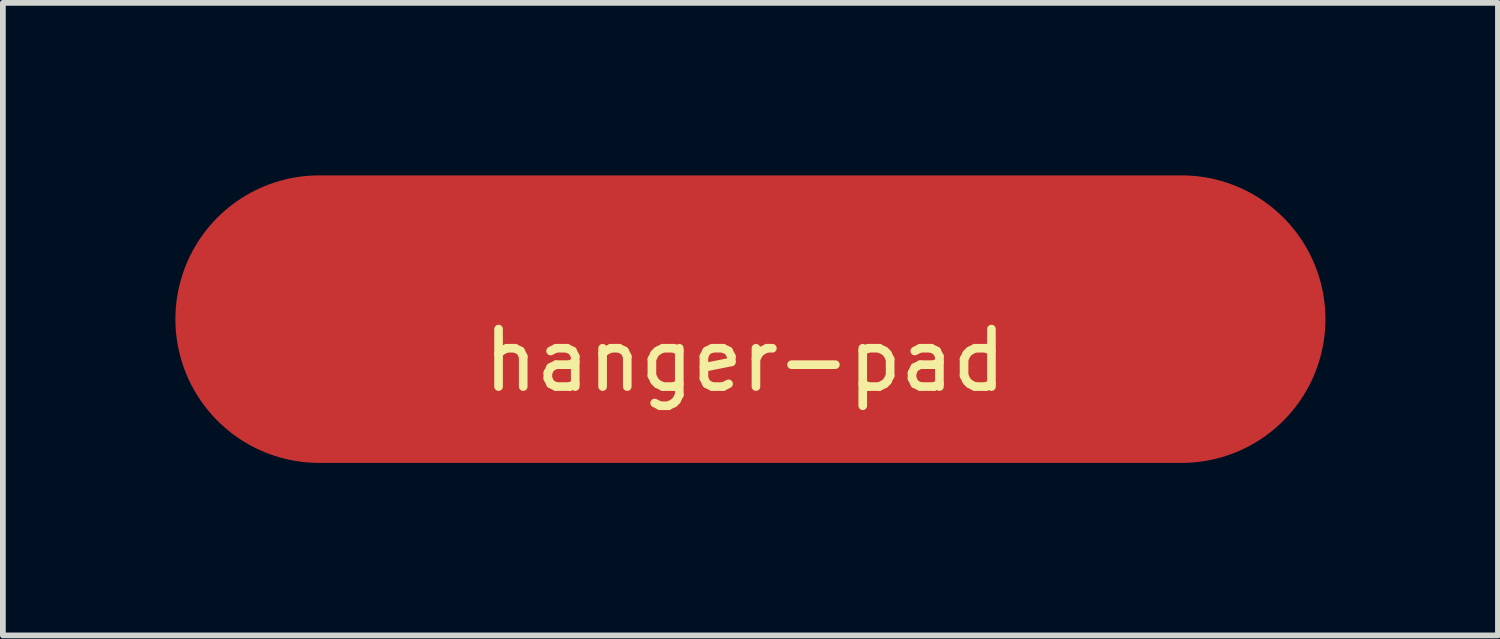
<source format=kicad_pcb>
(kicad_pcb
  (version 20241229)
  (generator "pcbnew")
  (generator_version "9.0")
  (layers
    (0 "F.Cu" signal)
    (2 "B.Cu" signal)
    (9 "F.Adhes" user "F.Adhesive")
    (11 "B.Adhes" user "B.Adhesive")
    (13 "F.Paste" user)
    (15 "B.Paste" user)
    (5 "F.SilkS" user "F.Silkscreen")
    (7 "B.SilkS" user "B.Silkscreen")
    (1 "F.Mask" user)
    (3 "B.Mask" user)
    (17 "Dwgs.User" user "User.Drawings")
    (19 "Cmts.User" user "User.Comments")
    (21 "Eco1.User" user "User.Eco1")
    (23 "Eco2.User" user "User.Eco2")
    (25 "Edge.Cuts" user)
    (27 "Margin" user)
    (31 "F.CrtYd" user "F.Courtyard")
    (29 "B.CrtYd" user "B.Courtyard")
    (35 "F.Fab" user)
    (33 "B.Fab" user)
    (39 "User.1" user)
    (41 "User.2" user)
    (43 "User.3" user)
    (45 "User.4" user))
  (footprint "hanger-pad"
    (layer "F.Cu")
    (at 9.906 2.718)
    (property "Reference" "hanger-pad" (at 0 0.5 0) (layer "F.SilkS") (effects (font (size 1 1) (thickness 0.15))))
    (attr through_hole)
    (pad "1" smd oval (at 0.094 -0.218) (size 20 5) (layers "F.Cu" "F.Mask" "F.Paste")))
  (gr_rect
    (start -3 -3)
    (end 23 8)
    (stroke (width 0.1) (type default))
    (fill no)
    (layer "Edge.Cuts")))
</source>
